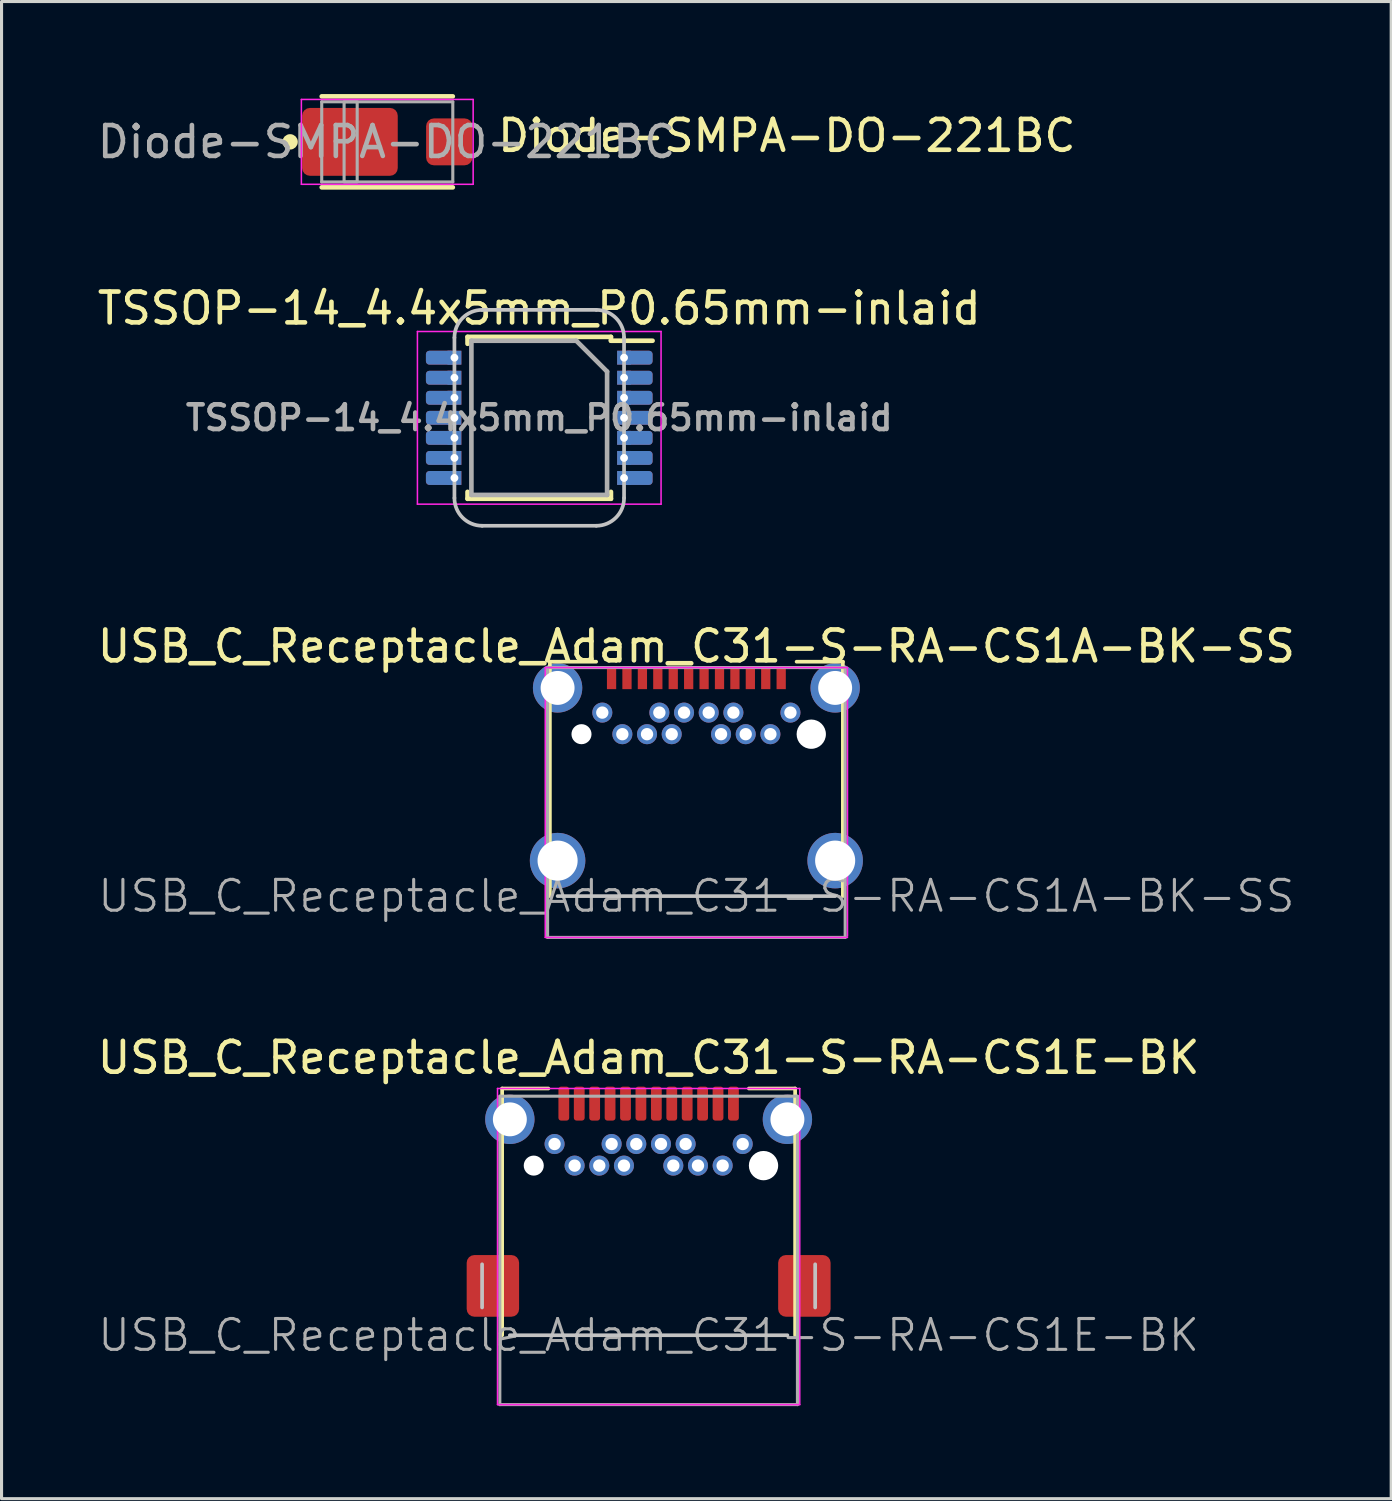
<source format=kicad_pcb>
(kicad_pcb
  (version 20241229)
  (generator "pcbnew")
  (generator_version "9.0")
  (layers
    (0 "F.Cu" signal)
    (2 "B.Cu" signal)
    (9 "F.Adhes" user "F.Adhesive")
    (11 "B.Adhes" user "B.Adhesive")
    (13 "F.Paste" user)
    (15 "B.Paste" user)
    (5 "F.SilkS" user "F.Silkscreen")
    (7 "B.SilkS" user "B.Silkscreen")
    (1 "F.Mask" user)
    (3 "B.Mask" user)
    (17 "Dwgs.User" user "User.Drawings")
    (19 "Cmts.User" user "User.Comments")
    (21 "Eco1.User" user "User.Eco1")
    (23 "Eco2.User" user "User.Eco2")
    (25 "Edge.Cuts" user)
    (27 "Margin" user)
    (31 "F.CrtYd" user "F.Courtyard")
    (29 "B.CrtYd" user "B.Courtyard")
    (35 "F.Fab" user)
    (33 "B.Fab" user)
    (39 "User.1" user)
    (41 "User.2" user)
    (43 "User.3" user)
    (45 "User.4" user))
  (footprint "USB_C_Receptacle_Adam_C31-S-RA-CS1E-BK"
    (layer "F.Cu")
    (at 17.982 40.245)
    (property "Reference" "USB_C_Receptacle_Adam_C31-S-RA-CS1E-BK" (at 0 -9 0) (layer "F.SilkS") (effects (font (size 1 1) (thickness 0.15))))
    (attr smd)
    (fp_line (start -4.75 -8) (end -4.75 0) (stroke (width 0.12) (type solid)) (layer "F.SilkS"))
    (fp_line (start -4.75 -8) (end -3.25 -8) (stroke (width 0.12) (type solid)) (layer "F.SilkS"))
    (fp_line (start 3.25 -8) (end 4.75 -8) (stroke (width 0.12) (type solid)) (layer "F.SilkS"))
    (fp_line (start 4.75 -8) (end 4.75 0) (stroke (width 0.12) (type solid)) (layer "F.SilkS"))
    (fp_line (start -5.4 -2.3) (end -5.4 -0.9) (stroke (width 0.12) (type solid)) (layer "Dwgs.User"))
    (fp_line (start 4.5 0) (end -4.5 0) (stroke (width 0.12) (type solid)) (layer "Dwgs.User"))
    (fp_line (start 5.4 -2.3) (end 5.4 -0.9) (stroke (width 0.12) (type solid)) (layer "Dwgs.User"))
    (fp_line (start -4.9 -8) (end 4.9 -8) (stroke (width 0.05) (type solid)) (layer "F.CrtYd"))
    (fp_line (start -4.9 2.25) (end -4.9 -8) (stroke (width 0.05) (type solid)) (layer "F.CrtYd"))
    (fp_line (start 4.9 -8) (end 4.9 2.25) (stroke (width 0.05) (type solid)) (layer "F.CrtYd"))
    (fp_line (start 4.9 2.25) (end -4.9 2.25) (stroke (width 0.05) (type solid)) (layer "F.CrtYd"))
    (fp_line (start -4.825 -7.75) (end 4.825 -7.75) (stroke (width 0.1) (type solid)) (layer "F.Fab"))
    (fp_line (start -4.825 2.25) (end -4.825 -7.75) (stroke (width 0.1) (type solid)) (layer "F.Fab"))
    (fp_line (start -4.825 2.25) (end 4.825 2.25) (stroke (width 0.1) (type solid)) (layer "F.Fab"))
    (fp_line (start 4.825 2.25) (end 4.825 -7.75) (stroke (width 0.1) (type solid)) (layer "F.Fab"))
    (fp_text user "${REFERENCE}" (at 0 0 0) (layer "F.Fab") (effects (font (size 1 1) (thickness 0.1))))
    (pad "" np_thru_hole circle (at -3.725 -5.5) (size 0.65 0.65) (drill 0.65) (layers "*.Cu" "*.Mask"))
    (pad "" np_thru_hole circle (at 3.725 -5.5) (size 0.95 0.95) (drill 0.95) (layers "*.Cu" "*.Mask"))
    (pad "A1" smd roundrect (at -2.75 -7.51) (size 0.35 1.1) (layers "F.Cu" "F.Mask" "F.Paste") (roundrect_rratio 0.25))
    (pad "A2" smd roundrect (at -2.25 -7.51) (size 0.35 1.1) (layers "F.Cu" "F.Mask" "F.Paste") (roundrect_rratio 0.25))
    (pad "A3" smd roundrect (at -1.75 -7.51) (size 0.35 1.1) (layers "F.Cu" "F.Mask" "F.Paste") (roundrect_rratio 0.25))
    (pad "A4" smd roundrect (at -1.25 -7.51) (size 0.35 1.1) (layers "F.Cu" "F.Mask" "F.Paste") (roundrect_rratio 0.25))
    (pad "A5" smd roundrect (at -0.75 -7.51) (size 0.35 1.1) (layers "F.Cu" "F.Mask" "F.Paste") (roundrect_rratio 0.25))
    (pad "A6" smd roundrect (at -0.25 -7.51) (size 0.35 1.1) (layers "F.Cu" "F.Mask" "F.Paste") (roundrect_rratio 0.25))
    (pad "A7" smd roundrect (at 0.25 -7.51) (size 0.35 1.1) (layers "F.Cu" "F.Mask" "F.Paste") (roundrect_rratio 0.25))
    (pad "A8" smd roundrect (at 0.75 -7.51) (size 0.35 1.1) (layers "F.Cu" "F.Mask" "F.Paste") (roundrect_rratio 0.25))
    (pad "A9" smd roundrect (at 1.25 -7.51) (size 0.35 1.1) (layers "F.Cu" "F.Mask" "F.Paste") (roundrect_rratio 0.25))
    (pad "A10" smd roundrect (at 1.75 -7.51) (size 0.35 1.1) (layers "F.Cu" "F.Mask" "F.Paste") (roundrect_rratio 0.25))
    (pad "A11" smd roundrect (at 2.25 -7.51) (size 0.35 1.1) (layers "F.Cu" "F.Mask" "F.Paste") (roundrect_rratio 0.25))
    (pad "A12" smd roundrect (at 2.75 -7.51) (size 0.35 1.1) (layers "F.Cu" "F.Mask" "F.Paste") (roundrect_rratio 0.25))
    (pad "B1" thru_hole circle (at 3.05 -6.2) (size 0.65 0.65) (drill 0.4) (layers "*.Cu" "*.Mask"))
    (pad "B2" thru_hole circle (at 2.4 -5.5) (size 0.65 0.65) (drill 0.4) (layers "*.Cu" "*.Mask"))
    (pad "B3" thru_hole circle (at 1.6 -5.5) (size 0.65 0.65) (drill 0.4) (layers "*.Cu" "*.Mask"))
    (pad "B4" thru_hole circle (at 1.2 -6.2) (size 0.65 0.65) (drill 0.4) (layers "*.Cu" "*.Mask"))
    (pad "B5" thru_hole circle (at 0.8 -5.5) (size 0.65 0.65) (drill 0.4) (layers "*.Cu" "*.Mask"))
    (pad "B6" thru_hole circle (at 0.4 -6.2) (size 0.65 0.65) (drill 0.4) (layers "*.Cu" "*.Mask"))
    (pad "B7" thru_hole circle (at -0.4 -6.2) (size 0.65 0.65) (drill 0.4) (layers "*.Cu" "*.Mask"))
    (pad "B8" thru_hole circle (at -0.8 -5.5) (size 0.65 0.65) (drill 0.4) (layers "*.Cu" "*.Mask"))
    (pad "B9" thru_hole circle (at -1.2 -6.2) (size 0.65 0.65) (drill 0.4) (layers "*.Cu" "*.Mask"))
    (pad "B10" thru_hole circle (at -1.6 -5.5) (size 0.65 0.65) (drill 0.4) (layers "*.Cu" "*.Mask"))
    (pad "B11" thru_hole circle (at -2.4 -5.5) (size 0.65 0.65) (drill 0.4) (layers "*.Cu" "*.Mask"))
    (pad "B12" thru_hole circle (at -3.05 -6.2) (size 0.65 0.65) (drill 0.4) (layers "*.Cu" "*.Mask"))
    (pad "S1" smd roundrect (at -5.05 -1.6) (size 1.7 2) (layers "F.Cu" "F.Mask" "F.Paste") (roundrect_rratio 0.147))
    (pad "S1" thru_hole circle (at -4.5 -7) (size 1.6 1.6) (drill 1.1) (layers "*.Cu" "*.Mask"))
    (pad "S1" thru_hole circle (at 4.5 -7) (size 1.6 1.6) (drill 1.1) (layers "*.Cu" "*.Mask"))
    (pad "S1" smd roundrect (at 5.05 -1.6) (size 1.7 2) (layers "F.Cu" "F.Mask" "F.Paste") (roundrect_rratio 0.147)))
  (footprint "USB_C_Receptacle_Adam_C31-S-RA-CS1A-BK-SS"
    (layer "F.Cu")
    (at 19.53 26.006)
    (property "Reference" "USB_C_Receptacle_Adam_C31-S-RA-CS1A-BK-SS" (at 0 -8.1 0) (layer "F.SilkS") (effects (font (size 1 1) (thickness 0.15))))
    (attr smd)
    (fp_line (start -4.75 -7.6) (end -4.75 0) (stroke (width 0.12) (type solid)) (layer "F.SilkS"))
    (fp_line (start -4.75 -7.6) (end -3.25 -7.6) (stroke (width 0.12) (type solid)) (layer "F.SilkS"))
    (fp_line (start 3.25 -7.6) (end 4.75 -7.6) (stroke (width 0.12) (type solid)) (layer "F.SilkS"))
    (fp_line (start 4.75 -7.6) (end 4.75 0) (stroke (width 0.12) (type solid)) (layer "F.SilkS"))
    (fp_line (start 4.5 0) (end -4.5 0) (stroke (width 0.12) (type solid)) (layer "Dwgs.User"))
    (fp_line (start -4.9 -7.41) (end 4.9 -7.41) (stroke (width 0.05) (type solid)) (layer "F.CrtYd"))
    (fp_line (start -4.9 1.34) (end -4.9 -7.41) (stroke (width 0.05) (type solid)) (layer "F.CrtYd"))
    (fp_line (start 4.9 -7.41) (end 4.9 1.3) (stroke (width 0.05) (type solid)) (layer "F.CrtYd"))
    (fp_line (start 4.9 1.34) (end -4.9 1.34) (stroke (width 0.05) (type solid)) (layer "F.CrtYd"))
    (fp_line (start -4.825 -7.41) (end 4.825 -7.41) (stroke (width 0.1) (type solid)) (layer "F.Fab"))
    (fp_line (start -4.825 1.34) (end -4.825 -7.41) (stroke (width 0.1) (type solid)) (layer "F.Fab"))
    (fp_line (start -4.825 1.34) (end 4.825 1.34) (stroke (width 0.1) (type solid)) (layer "F.Fab"))
    (fp_line (start 4.825 1.34) (end 4.825 -7.41) (stroke (width 0.1) (type solid)) (layer "F.Fab"))
    (fp_text user "${REFERENCE}" (at 0 0 0) (layer "F.Fab") (effects (font (size 1 1) (thickness 0.1))))
    (pad "" np_thru_hole circle (at -3.725 -5.25) (size 0.65 0.65) (drill 0.65) (layers "*.Cu" "*.Mask"))
    (pad "" np_thru_hole circle (at 3.725 -5.25) (size 0.95 0.95) (drill 0.95) (layers "*.Cu" "*.Mask"))
    (pad "A1" smd rect (at -2.75 -7.06) (size 0.3 0.7) (layers "F.Cu" "F.Mask" "F.Paste"))
    (pad "A2" smd rect (at -2.25 -7.06) (size 0.3 0.7) (layers "F.Cu" "F.Mask" "F.Paste"))
    (pad "A3" smd rect (at -1.75 -7.06) (size 0.3 0.7) (layers "F.Cu" "F.Mask" "F.Paste"))
    (pad "A4" smd rect (at -1.25 -7.06) (size 0.3 0.7) (layers "F.Cu" "F.Mask" "F.Paste"))
    (pad "A5" smd rect (at -0.75 -7.06) (size 0.3 0.7) (layers "F.Cu" "F.Mask" "F.Paste"))
    (pad "A6" smd rect (at -0.25 -7.06) (size 0.3 0.7) (layers "F.Cu" "F.Mask" "F.Paste"))
    (pad "A7" smd rect (at 0.25 -7.06) (size 0.3 0.7) (layers "F.Cu" "F.Mask" "F.Paste"))
    (pad "A8" smd rect (at 0.75 -7.06) (size 0.3 0.7) (layers "F.Cu" "F.Mask" "F.Paste"))
    (pad "A9" smd rect (at 1.25 -7.06) (size 0.3 0.7) (layers "F.Cu" "F.Mask" "F.Paste"))
    (pad "A10" smd rect (at 1.75 -7.06) (size 0.3 0.7) (layers "F.Cu" "F.Mask" "F.Paste"))
    (pad "A11" smd rect (at 2.25 -7.06) (size 0.3 0.7) (layers "F.Cu" "F.Mask" "F.Paste"))
    (pad "A12" smd rect (at 2.75 -7.06) (size 0.3 0.7) (layers "F.Cu" "F.Mask" "F.Paste"))
    (pad "B1" thru_hole circle (at 3.05 -5.95) (size 0.65 0.65) (drill 0.4) (layers "*.Cu" "*.Mask"))
    (pad "B2" thru_hole circle (at 2.4 -5.25) (size 0.65 0.65) (drill 0.4) (layers "*.Cu" "*.Mask"))
    (pad "B3" thru_hole circle (at 1.6 -5.25) (size 0.65 0.65) (drill 0.4) (layers "*.Cu" "*.Mask"))
    (pad "B4" thru_hole circle (at 1.2 -5.95) (size 0.65 0.65) (drill 0.4) (layers "*.Cu" "*.Mask"))
    (pad "B5" thru_hole circle (at 0.8 -5.25) (size 0.65 0.65) (drill 0.4) (layers "*.Cu" "*.Mask"))
    (pad "B6" thru_hole circle (at 0.4 -5.95) (size 0.65 0.65) (drill 0.4) (layers "*.Cu" "*.Mask"))
    (pad "B7" thru_hole circle (at -0.4 -5.95) (size 0.65 0.65) (drill 0.4) (layers "*.Cu" "*.Mask"))
    (pad "B8" thru_hole circle (at -0.8 -5.25) (size 0.65 0.65) (drill 0.4) (layers "*.Cu" "*.Mask"))
    (pad "B9" thru_hole circle (at -1.2 -5.95) (size 0.65 0.65) (drill 0.4) (layers "*.Cu" "*.Mask"))
    (pad "B10" thru_hole circle (at -1.6 -5.25) (size 0.65 0.65) (drill 0.4) (layers "*.Cu" "*.Mask"))
    (pad "B11" thru_hole circle (at -2.4 -5.25) (size 0.65 0.65) (drill 0.4) (layers "*.Cu" "*.Mask"))
    (pad "B12" thru_hole circle (at -3.05 -5.95) (size 0.65 0.65) (drill 0.4) (layers "*.Cu" "*.Mask"))
    (pad "S1" thru_hole circle (at -4.5 -6.75) (size 1.6 1.6) (drill 1.1) (layers "*.Cu" "*.Mask"))
    (pad "S1" thru_hole circle (at -4.5 -1.15) (size 1.8 1.8) (drill 1.3) (layers "*.Cu" "*.Mask"))
    (pad "S1" thru_hole circle (at 4.5 -6.75) (size 1.6 1.6) (drill 1.1) (layers "*.Cu" "*.Mask"))
    (pad "S1" thru_hole circle (at 4.5 -1.15) (size 1.8 1.8) (drill 1.3) (layers "*.Cu" "*.Mask")))
  (footprint "TSSOP-14_4.4x5mm_P0.65mm-inlaid"
    (layer "F.Cu")
    (at 14.435 10.498)
    (property "Reference" "TSSOP-14_4.4x5mm_P0.65mm-inlaid" (at 0 -3.55 0) (layer "F.SilkS") (effects (font (size 1 1) (thickness 0.15))))
    (attr smd)
    (fp_line (start -2.325 -2.625) (end -2.325 -2.4) (stroke (width 0.15) (type solid)) (layer "F.SilkS"))
    (fp_line (start -2.325 -2.625) (end 2.325 -2.625) (stroke (width 0.15) (type solid)) (layer "F.SilkS"))
    (fp_line (start -2.325 2.625) (end -2.325 2.4) (stroke (width 0.15) (type solid)) (layer "F.SilkS"))
    (fp_line (start -2.325 2.625) (end 2.325 2.625) (stroke (width 0.15) (type solid)) (layer "F.SilkS"))
    (fp_line (start 2.325 -2.625) (end 2.325 -2.5) (stroke (width 0.15) (type solid)) (layer "F.SilkS"))
    (fp_line (start 2.325 -2.5) (end 3.675 -2.5) (stroke (width 0.15) (type solid)) (layer "F.SilkS"))
    (fp_line (start 2.325 2.625) (end 2.325 2.4) (stroke (width 0.15) (type solid)) (layer "F.SilkS"))
    (fp_line (start -2.75 -2.6) (end -2.75 2.6) (stroke (width 0.12) (type solid)) (layer "Dwgs.User"))
    (fp_line (start -1.85 -3.5) (end 1.85 -3.5) (stroke (width 0.12) (type solid)) (layer "Dwgs.User"))
    (fp_line (start -1.85 3.5) (end 1.85 3.5) (stroke (width 0.12) (type solid)) (layer "Dwgs.User"))
    (fp_line (start 2.75 -2.6) (end 2.75 2.6) (stroke (width 0.12) (type solid)) (layer "Dwgs.User"))
    (fp_arc (start -2.75 -2.6) (mid -2.486396 -3.236396) (end -1.85 -3.5) (stroke (width 0.12) (type solid)) (layer "Dwgs.User"))
    (fp_arc (start -1.85 3.5) (mid -2.486396 3.236396) (end -2.75 2.6) (stroke (width 0.12) (type solid)) (layer "Dwgs.User"))
    (fp_arc (start 1.85 -3.5) (mid 2.486396 -3.236396) (end 2.75 -2.6) (stroke (width 0.12) (type solid)) (layer "Dwgs.User"))
    (fp_arc (start 2.75 2.6) (mid 2.486396 3.236396) (end 1.85 3.5) (stroke (width 0.12) (type solid)) (layer "Dwgs.User"))
    (fp_line (start -3.95 -2.8) (end -3.95 2.8) (stroke (width 0.05) (type solid)) (layer "F.CrtYd"))
    (fp_line (start -3.95 -2.8) (end 3.95 -2.8) (stroke (width 0.05) (type solid)) (layer "F.CrtYd"))
    (fp_line (start -3.95 2.8) (end 3.95 2.8) (stroke (width 0.05) (type solid)) (layer "F.CrtYd"))
    (fp_line (start 3.95 -2.8) (end 3.95 2.8) (stroke (width 0.05) (type solid)) (layer "F.CrtYd"))
    (fp_line (start -2.2 -2.5) (end -2.2 2.5) (stroke (width 0.15) (type solid)) (layer "F.Fab"))
    (fp_line (start -2.2 -2.5) (end 1.2 -2.5) (stroke (width 0.15) (type solid)) (layer "F.Fab"))
    (fp_line (start 2.2 -1.5) (end 1.2 -2.5) (stroke (width 0.15) (type solid)) (layer "F.Fab"))
    (fp_line (start 2.2 2.5) (end -2.2 2.5) (stroke (width 0.15) (type solid)) (layer "F.Fab"))
    (fp_line (start 2.2 2.5) (end 2.2 -1.5) (stroke (width 0.15) (type solid)) (layer "F.Fab"))
    (fp_text user "${REFERENCE}" (at 0 0 0) (layer "F.Fab") (effects (font (size 0.8 0.8) (thickness 0.15))))
    (pad "1" thru_hole rect (at 2.75 -1.95) (size 0.45 0.45) (drill 0.254) (property pad_prop_castellated) (layers "*.Cu" "*.Mask"))
    (pad "1" smd roundrect (at 3.212 -1.95) (size 0.925 0.45) (layers "F.Cu" "F.Mask" "F.Paste") (roundrect_rratio 0.25))
    (pad "1" smd roundrect (at 3.212 -1.95) (size 0.925 0.45) (layers "B.Cu" "B.Mask" "B.Paste") (roundrect_rratio 0.25))
    (pad "2" thru_hole rect (at 2.75 -1.3) (size 0.45 0.45) (drill 0.254) (property pad_prop_castellated) (layers "*.Cu" "*.Mask"))
    (pad "2" smd roundrect (at 3.212 -1.3) (size 0.925 0.45) (layers "F.Cu" "F.Mask" "F.Paste") (roundrect_rratio 0.25))
    (pad "2" smd roundrect (at 3.212 -1.3) (size 0.925 0.45) (layers "B.Cu" "B.Mask" "B.Paste") (roundrect_rratio 0.25))
    (pad "3" thru_hole rect (at 2.75 -0.65) (size 0.45 0.45) (drill 0.254) (property pad_prop_castellated) (layers "*.Cu" "*.Mask"))
    (pad "3" smd roundrect (at 3.212 -0.65) (size 0.925 0.45) (layers "F.Cu" "F.Mask" "F.Paste") (roundrect_rratio 0.25))
    (pad "3" smd roundrect (at 3.212 -0.65) (size 0.925 0.45) (layers "B.Cu" "B.Mask" "B.Paste") (roundrect_rratio 0.25))
    (pad "4" thru_hole rect (at 2.75 0) (size 0.45 0.45) (drill 0.254) (property pad_prop_castellated) (layers "*.Cu" "*.Mask"))
    (pad "4" smd roundrect (at 3.212 0) (size 0.925 0.45) (layers "F.Cu" "F.Mask" "F.Paste") (roundrect_rratio 0.25))
    (pad "4" smd roundrect (at 3.212 0) (size 0.925 0.45) (layers "B.Cu" "B.Mask" "B.Paste") (roundrect_rratio 0.25))
    (pad "5" thru_hole rect (at 2.75 0.65) (size 0.45 0.45) (drill 0.254) (property pad_prop_castellated) (layers "*.Cu" "*.Mask"))
    (pad "5" smd roundrect (at 3.212 0.65) (size 0.925 0.45) (layers "F.Cu" "F.Mask" "F.Paste") (roundrect_rratio 0.25))
    (pad "5" smd roundrect (at 3.212 0.65) (size 0.925 0.45) (layers "B.Cu" "B.Mask" "B.Paste") (roundrect_rratio 0.25))
    (pad "6" thru_hole rect (at 2.75 1.3) (size 0.45 0.45) (drill 0.254) (property pad_prop_castellated) (layers "*.Cu" "*.Mask"))
    (pad "6" smd roundrect (at 3.212 1.3) (size 0.925 0.45) (layers "F.Cu" "F.Mask" "F.Paste") (roundrect_rratio 0.25))
    (pad "6" smd roundrect (at 3.212 1.3) (size 0.925 0.45) (layers "B.Cu" "B.Mask" "B.Paste") (roundrect_rratio 0.25))
    (pad "7" thru_hole rect (at 2.75 1.95) (size 0.45 0.45) (drill 0.254) (property pad_prop_castellated) (layers "*.Cu" "*.Mask"))
    (pad "7" smd roundrect (at 3.212 1.95) (size 0.925 0.45) (layers "F.Cu" "F.Mask" "F.Paste") (roundrect_rratio 0.25))
    (pad "7" smd roundrect (at 3.212 1.95) (size 0.925 0.45) (layers "B.Cu" "B.Mask" "B.Paste") (roundrect_rratio 0.25))
    (pad "8" smd roundrect (at -3.212 1.95) (size 0.925 0.45) (layers "F.Cu" "F.Mask" "F.Paste") (roundrect_rratio 0.25))
    (pad "8" smd roundrect (at -3.212 1.95) (size 0.925 0.45) (layers "B.Cu" "B.Mask" "B.Paste") (roundrect_rratio 0.25))
    (pad "8" thru_hole rect (at -2.75 1.95) (size 0.45 0.45) (drill 0.254) (property pad_prop_castellated) (layers "*.Cu" "*.Mask"))
    (pad "9" smd roundrect (at -3.212 1.3) (size 0.925 0.45) (layers "F.Cu" "F.Mask" "F.Paste") (roundrect_rratio 0.25))
    (pad "9" smd roundrect (at -3.212 1.3) (size 0.925 0.45) (layers "B.Cu" "B.Mask" "B.Paste") (roundrect_rratio 0.25))
    (pad "9" thru_hole rect (at -2.75 1.3) (size 0.45 0.45) (drill 0.254) (property pad_prop_castellated) (layers "*.Cu" "*.Mask"))
    (pad "10" smd roundrect (at -3.212 0.65) (size 0.925 0.45) (layers "F.Cu" "F.Mask" "F.Paste") (roundrect_rratio 0.25))
    (pad "10" smd roundrect (at -3.212 0.65) (size 0.925 0.45) (layers "B.Cu" "B.Mask" "B.Paste") (roundrect_rratio 0.25))
    (pad "10" thru_hole rect (at -2.75 0.65) (size 0.45 0.45) (drill 0.254) (property pad_prop_castellated) (layers "*.Cu" "*.Mask"))
    (pad "11" smd roundrect (at -3.212 0) (size 0.925 0.45) (layers "F.Cu" "F.Mask" "F.Paste") (roundrect_rratio 0.25))
    (pad "11" smd roundrect (at -3.212 0) (size 0.925 0.45) (layers "B.Cu" "B.Mask" "B.Paste") (roundrect_rratio 0.25))
    (pad "11" thru_hole rect (at -2.75 0) (size 0.45 0.45) (drill 0.254) (property pad_prop_castellated) (layers "*.Cu" "*.Mask"))
    (pad "12" smd roundrect (at -3.212 -0.65) (size 0.925 0.45) (layers "F.Cu" "F.Mask" "F.Paste") (roundrect_rratio 0.25))
    (pad "12" smd roundrect (at -3.212 -0.65) (size 0.925 0.45) (layers "B.Cu" "B.Mask" "B.Paste") (roundrect_rratio 0.25))
    (pad "12" thru_hole rect (at -2.75 -0.65) (size 0.45 0.45) (drill 0.254) (property pad_prop_castellated) (layers "*.Cu" "*.Mask"))
    (pad "13" smd roundrect (at -3.212 -1.3) (size 0.925 0.45) (layers "F.Cu" "F.Mask" "F.Paste") (roundrect_rratio 0.25))
    (pad "13" smd roundrect (at -3.212 -1.3) (size 0.925 0.45) (layers "B.Cu" "B.Mask" "B.Paste") (roundrect_rratio 0.25))
    (pad "13" thru_hole rect (at -2.75 -1.3) (size 0.45 0.45) (drill 0.254) (property pad_prop_castellated) (layers "*.Cu" "*.Mask"))
    (pad "14" smd roundrect (at -3.212 -1.95) (size 0.925 0.45) (layers "F.Cu" "F.Mask" "F.Paste") (roundrect_rratio 0.25))
    (pad "14" smd roundrect (at -3.212 -1.95) (size 0.925 0.45) (layers "B.Cu" "B.Mask" "B.Paste") (roundrect_rratio 0.25))
    (pad "14" thru_hole rect (at -2.75 -1.95) (size 0.45 0.45) (drill 0.254) (property pad_prop_castellated) (layers "*.Cu" "*.Mask")))
  (footprint "Diode-SMPA-DO-221BC"
    (layer "F.Cu")
    (at 9.507 1.55)
    (property "Reference" "Diode-SMPA-DO-221BC" (at 3.5 -0.2 0) (layer "F.SilkS") (effects (font (size 1 1) (thickness 0.15)) (justify left)))
    (attr smd)
    (fp_line (start -2.125 -1.475) (end 2.125 -1.475) (stroke (width 0.15) (type solid)) (layer "F.SilkS"))
    (fp_line (start -2.125 1.475) (end 2.125 1.475) (stroke (width 0.15) (type solid)) (layer "F.SilkS"))
    (fp_circle (center -3.15 0) (end -3.025 0) (stroke (width 0.25) (type solid)) (fill no) (layer "F.SilkS"))
    (fp_line (start -2.785 -1.375) (end -2.785 1.375) (stroke (width 0.05) (type solid)) (layer "F.CrtYd"))
    (fp_line (start -2.785 1.375) (end 2.785 1.375) (stroke (width 0.05) (type solid)) (layer "F.CrtYd"))
    (fp_line (start 2.785 -1.375) (end -2.785 -1.375) (stroke (width 0.05) (type solid)) (layer "F.CrtYd"))
    (fp_line (start 2.785 1.375) (end 2.785 -1.375) (stroke (width 0.05) (type solid)) (layer "F.CrtYd"))
    (fp_line (start -2.125 -1.3) (end 2.125 -1.3) (stroke (width 0.1) (type solid)) (layer "F.Fab"))
    (fp_line (start -2.125 1.3) (end -2.125 -1.3) (stroke (width 0.1) (type solid)) (layer "F.Fab"))
    (fp_line (start 2.125 -1.3) (end 2.125 1.3) (stroke (width 0.1) (type solid)) (layer "F.Fab"))
    (fp_line (start 2.125 1.3) (end -2.125 1.3) (stroke (width 0.1) (type solid)) (layer "F.Fab"))
    (fp_rect (start -0.975 -1.3) (end -1.4 1.3) (stroke (width 0.1) (type solid)) (fill no) (layer "F.Fab"))
    (fp_text user "${REFERENCE}" (at -0.025 0 0) (unlocked yes) (layer "F.Fab") (effects (font (size 1 1) (thickness 0.15))))
    (pad "1" smd roundrect (at -1.21 0) (size 3.1 2.2) (layers "F.Cu" "F.Mask" "F.Paste") (roundrect_rratio 0.114))
    (pad "2" smd roundrect (at 2.01 0) (size 1.5 1.52) (layers "F.Cu" "F.Mask" "F.Paste") (roundrect_rratio 0.167)))
  (gr_rect
    (start -3 -3)
    (end 42.06 45.545)
    (stroke (width 0.1) (type default))
    (fill no)
    (layer "Edge.Cuts")))
</source>
